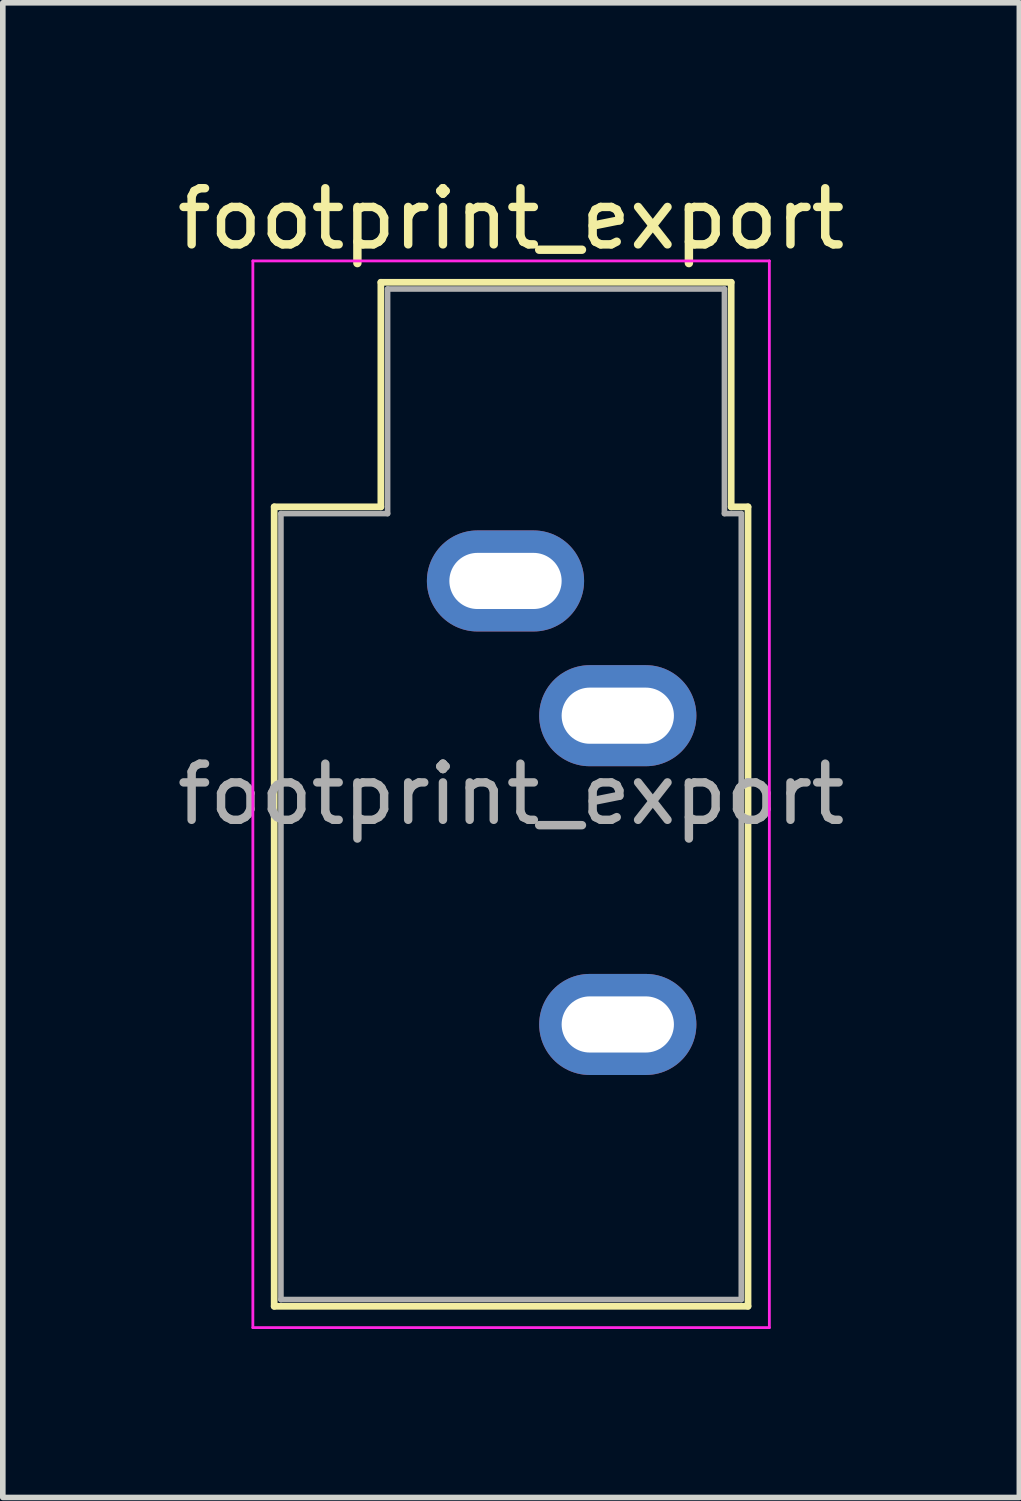
<source format=kicad_pcb>
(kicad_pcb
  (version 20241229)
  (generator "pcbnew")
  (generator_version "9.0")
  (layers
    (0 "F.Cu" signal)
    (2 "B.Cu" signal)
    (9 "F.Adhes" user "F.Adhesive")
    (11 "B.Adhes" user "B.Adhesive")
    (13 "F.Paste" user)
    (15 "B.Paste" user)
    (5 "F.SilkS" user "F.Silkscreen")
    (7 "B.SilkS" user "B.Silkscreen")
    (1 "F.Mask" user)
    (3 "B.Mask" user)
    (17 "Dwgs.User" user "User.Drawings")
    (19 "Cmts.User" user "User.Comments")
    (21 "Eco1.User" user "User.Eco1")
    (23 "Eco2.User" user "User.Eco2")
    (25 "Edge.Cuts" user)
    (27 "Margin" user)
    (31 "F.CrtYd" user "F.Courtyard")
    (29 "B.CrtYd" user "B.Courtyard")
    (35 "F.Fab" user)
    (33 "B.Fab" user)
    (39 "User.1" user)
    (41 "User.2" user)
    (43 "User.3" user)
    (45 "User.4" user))
  (footprint "footprint_export"
    (layer "F.Cu")
    (at 5.954 7.298)
    (property "Reference" "footprint_export" (at 0.1 -6.45 0) (layer "F.SilkS") (effects (font (size 1 1) (thickness 0.15))))
    (attr through_hole)
    (fp_line (start -4.12 -1.32) (end -2.22 -1.32) (stroke (width 0.12) (type solid)) (layer "F.SilkS"))
    (fp_line (start -4.12 12.92) (end -4.12 -1.32) (stroke (width 0.12) (type solid)) (layer "F.SilkS"))
    (fp_line (start -2.22 -5.32) (end 4.02 -5.32) (stroke (width 0.12) (type solid)) (layer "F.SilkS"))
    (fp_line (start -2.22 -1.32) (end -2.22 -5.32) (stroke (width 0.12) (type solid)) (layer "F.SilkS"))
    (fp_line (start 4.02 -5.32) (end 4.02 -1.32) (stroke (width 0.12) (type solid)) (layer "F.SilkS"))
    (fp_line (start 4.02 -1.32) (end 4.32 -1.32) (stroke (width 0.12) (type solid)) (layer "F.SilkS"))
    (fp_line (start 4.32 -1.32) (end 4.32 12.92) (stroke (width 0.12) (type solid)) (layer "F.SilkS"))
    (fp_line (start 4.32 12.92) (end -4.12 12.92) (stroke (width 0.12) (type solid)) (layer "F.SilkS"))
    (fp_line (start -4.5 -5.7) (end -4.5 13.3) (stroke (width 0.05) (type solid)) (layer "F.CrtYd"))
    (fp_line (start -4.5 13.3) (end 4.7 13.3) (stroke (width 0.05) (type solid)) (layer "F.CrtYd"))
    (fp_line (start 4.7 -5.7) (end -4.5 -5.7) (stroke (width 0.05) (type solid)) (layer "F.CrtYd"))
    (fp_line (start 4.7 13.3) (end 4.7 -5.7) (stroke (width 0.05) (type solid)) (layer "F.CrtYd"))
    (fp_line (start -4 -1.2) (end -2.1 -1.2) (stroke (width 0.1) (type solid)) (layer "F.Fab"))
    (fp_line (start -4 12.8) (end -4 -1.2) (stroke (width 0.1) (type solid)) (layer "F.Fab"))
    (fp_line (start -2.1 -5.2) (end 3.9 -5.2) (stroke (width 0.1) (type solid)) (layer "F.Fab"))
    (fp_line (start -2.1 -1.2) (end -2.1 -5.2) (stroke (width 0.1) (type solid)) (layer "F.Fab"))
    (fp_line (start 3.9 -5.2) (end 3.9 -1.2) (stroke (width 0.1) (type solid)) (layer "F.Fab"))
    (fp_line (start 3.9 -1.2) (end 4.2 -1.2) (stroke (width 0.1) (type solid)) (layer "F.Fab"))
    (fp_line (start 4.2 -1.2) (end 4.2 12.8) (stroke (width 0.1) (type solid)) (layer "F.Fab"))
    (fp_line (start 4.2 12.8) (end -4 12.8) (stroke (width 0.1) (type solid)) (layer "F.Fab"))
    (fp_text user "${REFERENCE}" (at 0.1 3.8 0) (layer "F.Fab") (effects (font (size 1 1) (thickness 0.15))))
    (pad "R" thru_hole oval (at 2 7.9) (size 2.8 1.8) (drill oval 2 1) (layers "*.Cu" "*.Mask"))
    (pad "S" thru_hole oval (at 0 0) (size 2.8 1.8) (drill oval 2 1) (layers "*.Cu" "*.Mask"))
    (pad "T" thru_hole oval (at 2 2.4) (size 2.8 1.8) (drill oval 2 1) (layers "*.Cu" "*.Mask")))
  (gr_rect
    (start -3 -3)
    (end 15.107 23.623)
    (stroke (width 0.1) (type default))
    (fill no)
    (layer "Edge.Cuts")))
</source>
